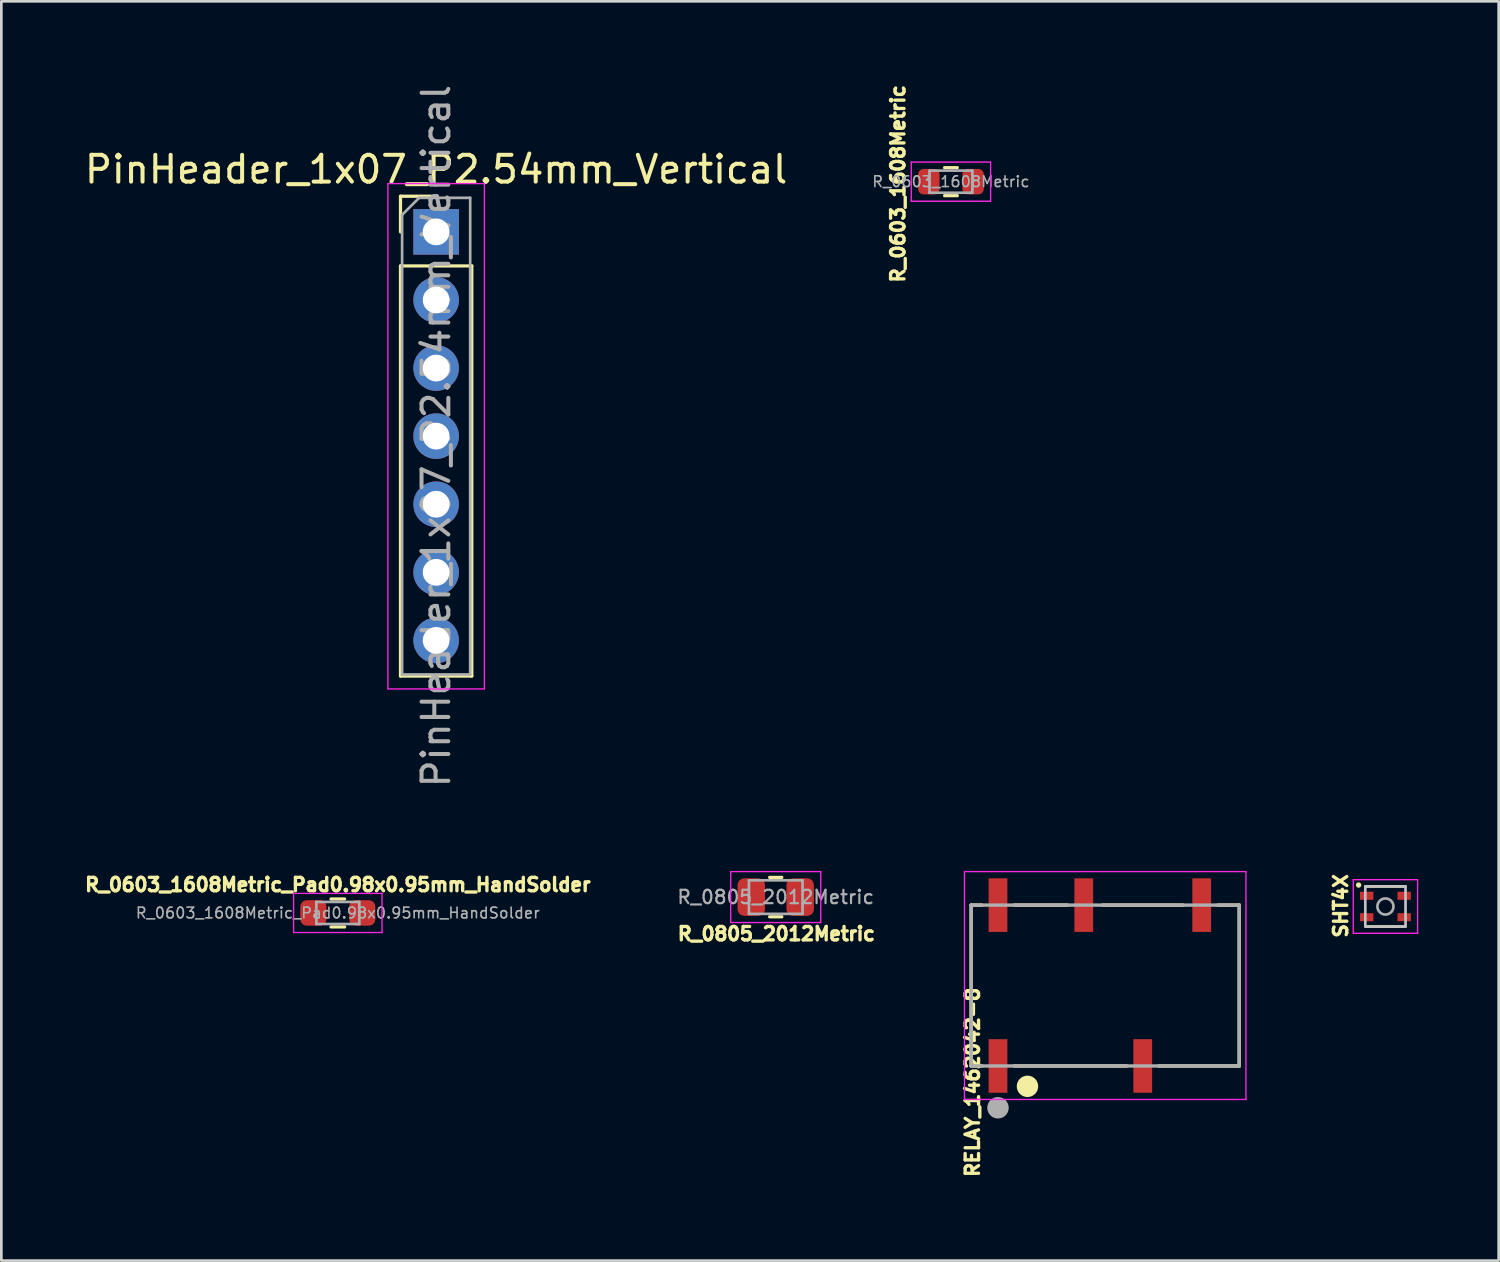
<source format=kicad_pcb>
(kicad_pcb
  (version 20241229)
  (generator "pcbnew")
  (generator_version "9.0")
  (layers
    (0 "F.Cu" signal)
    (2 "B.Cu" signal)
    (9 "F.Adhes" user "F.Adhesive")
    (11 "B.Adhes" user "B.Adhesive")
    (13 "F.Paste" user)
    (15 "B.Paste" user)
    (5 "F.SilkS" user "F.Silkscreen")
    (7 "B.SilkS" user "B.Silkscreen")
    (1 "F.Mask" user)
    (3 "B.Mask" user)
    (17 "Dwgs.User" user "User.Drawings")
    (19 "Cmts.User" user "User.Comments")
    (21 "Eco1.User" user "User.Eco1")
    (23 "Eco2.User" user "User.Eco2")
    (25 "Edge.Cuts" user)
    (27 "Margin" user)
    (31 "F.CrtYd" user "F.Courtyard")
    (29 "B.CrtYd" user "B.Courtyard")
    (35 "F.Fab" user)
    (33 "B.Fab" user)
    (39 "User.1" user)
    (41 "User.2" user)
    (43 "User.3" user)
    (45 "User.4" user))
  (footprint "R_0603_1608Metric"
    (layer "F.Cu")
    (at 32.424 3.727)
    (property "Reference" "R_0603_1608Metric" (at -1.977 0.078 90) (layer "F.SilkS") (effects (font (size 0.5 0.5) (thickness 0.125))))
    (attr smd)
    (fp_line (start -0.237 -0.522) (end 0.237 -0.522) (stroke (width 0.12) (type solid)) (layer "F.SilkS"))
    (fp_line (start -0.237 0.522) (end 0.237 0.522) (stroke (width 0.12) (type solid)) (layer "F.SilkS"))
    (fp_line (start -1.48 -0.73) (end 1.48 -0.73) (stroke (width 0.05) (type solid)) (layer "F.CrtYd"))
    (fp_line (start -1.48 0.73) (end -1.48 -0.73) (stroke (width 0.05) (type solid)) (layer "F.CrtYd"))
    (fp_line (start 1.48 -0.73) (end 1.48 0.73) (stroke (width 0.05) (type solid)) (layer "F.CrtYd"))
    (fp_line (start 1.48 0.73) (end -1.48 0.73) (stroke (width 0.05) (type solid)) (layer "F.CrtYd"))
    (fp_line (start -0.8 -0.412) (end 0.8 -0.412) (stroke (width 0.1) (type solid)) (layer "F.Fab"))
    (fp_line (start -0.8 0.412) (end -0.8 -0.412) (stroke (width 0.1) (type solid)) (layer "F.Fab"))
    (fp_line (start 0.8 -0.412) (end 0.8 0.412) (stroke (width 0.1) (type solid)) (layer "F.Fab"))
    (fp_line (start 0.8 0.412) (end -0.8 0.412) (stroke (width 0.1) (type solid)) (layer "F.Fab"))
    (fp_text user "${REFERENCE}" (at 0 0 0) (layer "F.Fab") (effects (font (size 0.4 0.4) (thickness 0.06))))
    (pad "1" smd roundrect (at -0.825 0) (size 0.8 0.95) (layers "F.Cu" "F.Mask" "F.Paste") (roundrect_rratio 0.25))
    (pad "2" smd roundrect (at 0.825 0) (size 0.8 0.95) (layers "F.Cu" "F.Mask" "F.Paste") (roundrect_rratio 0.25)))
  (footprint "PinHeader_1x07_P2.54mm_Vertical"
    (layer "F.Cu")
    (at 13.22 5.6)
    (property "Reference" "PinHeader_1x07_P2.54mm_Vertical" (at 0 -2.33 180) (layer "F.SilkS") (effects (font (size 1 1) (thickness 0.15))))
    (attr through_hole)
    (fp_line (start -1.33 -1.33) (end 0 -1.33) (stroke (width 0.12) (type solid)) (layer "F.SilkS"))
    (fp_line (start -1.33 0) (end -1.33 -1.33) (stroke (width 0.12) (type solid)) (layer "F.SilkS"))
    (fp_line (start -1.33 1.27) (end -1.33 16.57) (stroke (width 0.12) (type solid)) (layer "F.SilkS"))
    (fp_line (start -1.33 1.27) (end 1.33 1.27) (stroke (width 0.12) (type solid)) (layer "F.SilkS"))
    (fp_line (start -1.33 16.57) (end 1.33 16.57) (stroke (width 0.12) (type solid)) (layer "F.SilkS"))
    (fp_line (start 1.33 1.27) (end 1.33 16.57) (stroke (width 0.12) (type solid)) (layer "F.SilkS"))
    (fp_line (start -1.8 -1.8) (end -1.8 17.05) (stroke (width 0.05) (type solid)) (layer "F.CrtYd"))
    (fp_line (start -1.8 17.05) (end 1.8 17.05) (stroke (width 0.05) (type solid)) (layer "F.CrtYd"))
    (fp_line (start 1.8 -1.8) (end -1.8 -1.8) (stroke (width 0.05) (type solid)) (layer "F.CrtYd"))
    (fp_line (start 1.8 17.05) (end 1.8 -1.8) (stroke (width 0.05) (type solid)) (layer "F.CrtYd"))
    (fp_line (start -1.27 -0.635) (end -0.635 -1.27) (stroke (width 0.1) (type solid)) (layer "F.Fab"))
    (fp_line (start -1.27 16.51) (end -1.27 -0.635) (stroke (width 0.1) (type solid)) (layer "F.Fab"))
    (fp_line (start -0.635 -1.27) (end 1.27 -1.27) (stroke (width 0.1) (type solid)) (layer "F.Fab"))
    (fp_line (start 1.27 -1.27) (end 1.27 16.51) (stroke (width 0.1) (type solid)) (layer "F.Fab"))
    (fp_line (start 1.27 16.51) (end -1.27 16.51) (stroke (width 0.1) (type solid)) (layer "F.Fab"))
    (fp_text user "${REFERENCE}" (at 0 7.62 90) (layer "F.Fab") (effects (font (size 1 1) (thickness 0.15))))
    (pad "1" thru_hole rect (at 0 0) (size 1.7 1.7) (drill 1) (layers "*.Cu" "*.Mask"))
    (pad "2" thru_hole oval (at 0 2.54) (size 1.7 1.7) (drill 1) (layers "*.Cu" "*.Mask"))
    (pad "3" thru_hole oval (at 0 5.08) (size 1.7 1.7) (drill 1) (layers "*.Cu" "*.Mask"))
    (pad "4" thru_hole oval (at 0 7.62) (size 1.7 1.7) (drill 1) (layers "*.Cu" "*.Mask"))
    (pad "5" thru_hole oval (at 0 10.16) (size 1.7 1.7) (drill 1) (layers "*.Cu" "*.Mask"))
    (pad "6" thru_hole oval (at 0 12.7) (size 1.7 1.7) (drill 1) (layers "*.Cu" "*.Mask"))
    (pad "7" thru_hole oval (at 0 15.24) (size 1.7 1.7) (drill 1) (layers "*.Cu" "*.Mask")))
  (footprint "SHT4X"
    (layer "F.Cu")
    (at 48.632 30.766)
    (property "Reference" "SHT4X" (at -1.666 -0.022 270) (layer "F.SilkS") (effects (font (size 0.5 0.5) (thickness 0.125))))
    (attr smd)
    (fp_line (start -0.7 -0.75) (end 0.7 -0.75) (stroke (width 0.1) (type solid)) (layer "F.SilkS"))
    (fp_line (start -0.7 0.75) (end 0.7 0.75) (stroke (width 0.1) (type solid)) (layer "F.SilkS"))
    (fp_circle (center -1 -0.8) (end -0.95 -0.8) (stroke (width 0.1) (type solid)) (fill no) (layer "F.SilkS"))
    (fp_line (start -0.75 -0.75) (end -0.75 0.75) (stroke (width 0.1) (type solid)) (layer "Dwgs.User"))
    (fp_line (start -0.75 0.75) (end 0.75 0.75) (stroke (width 0.1) (type solid)) (layer "Dwgs.User"))
    (fp_line (start 0.75 -0.75) (end -0.75 -0.75) (stroke (width 0.1) (type solid)) (layer "Dwgs.User"))
    (fp_line (start 0.75 0.75) (end 0.75 -0.75) (stroke (width 0.1) (type solid)) (layer "Dwgs.User"))
    (fp_line (start -1.2 -1) (end -1.2 1) (stroke (width 0.05) (type solid)) (layer "F.CrtYd"))
    (fp_line (start -1.2 1) (end 1.2 1) (stroke (width 0.05) (type solid)) (layer "F.CrtYd"))
    (fp_line (start 1.2 -1) (end -1.2 -1) (stroke (width 0.05) (type solid)) (layer "F.CrtYd"))
    (fp_line (start 1.2 1) (end 1.2 -1) (stroke (width 0.05) (type solid)) (layer "F.CrtYd"))
    (fp_circle (center 0 0) (end 0.3 0) (stroke (width 0.1) (type solid)) (fill no) (layer "F.Fab"))
    (pad "1" smd rect (at -0.7 -0.4) (size 0.5 0.3) (layers "F.Cu" "F.Mask" "F.Paste"))
    (pad "2" smd rect (at -0.7 0.4) (size 0.5 0.3) (layers "F.Cu" "F.Mask" "F.Paste"))
    (pad "3" smd rect (at 0.7 0.4) (size 0.5 0.3) (layers "F.Cu" "F.Mask" "F.Paste"))
    (pad "4" smd rect (at 0.7 -0.4) (size 0.5 0.3) (layers "F.Cu" "F.Mask" "F.Paste")))
  (footprint "R_0805_2012Metric"
    (layer "F.Cu")
    (at 25.888 30.415)
    (property "Reference" "R_0805_2012Metric" (at 0.025 1.371 0) (layer "F.SilkS") (effects (font (size 0.5 0.5) (thickness 0.125))))
    (attr smd)
    (fp_line (start -0.227 -0.735) (end 0.227 -0.735) (stroke (width 0.12) (type solid)) (layer "F.SilkS"))
    (fp_line (start -0.227 0.735) (end 0.227 0.735) (stroke (width 0.12) (type solid)) (layer "F.SilkS"))
    (fp_line (start -1.68 -0.95) (end 1.68 -0.95) (stroke (width 0.05) (type solid)) (layer "F.CrtYd"))
    (fp_line (start -1.68 0.95) (end -1.68 -0.95) (stroke (width 0.05) (type solid)) (layer "F.CrtYd"))
    (fp_line (start 1.68 -0.95) (end 1.68 0.95) (stroke (width 0.05) (type solid)) (layer "F.CrtYd"))
    (fp_line (start 1.68 0.95) (end -1.68 0.95) (stroke (width 0.05) (type solid)) (layer "F.CrtYd"))
    (fp_line (start -1 -0.625) (end 1 -0.625) (stroke (width 0.1) (type solid)) (layer "F.Fab"))
    (fp_line (start -1 0.625) (end -1 -0.625) (stroke (width 0.1) (type solid)) (layer "F.Fab"))
    (fp_line (start 1 -0.625) (end 1 0.625) (stroke (width 0.1) (type solid)) (layer "F.Fab"))
    (fp_line (start 1 0.625) (end -1 0.625) (stroke (width 0.1) (type solid)) (layer "F.Fab"))
    (fp_text user "${REFERENCE}" (at 0 0 0) (layer "F.Fab") (effects (font (size 0.5 0.5) (thickness 0.08))))
    (pad "1" smd roundrect (at -0.912 0) (size 1.025 1.4) (layers "F.Cu" "F.Mask" "F.Paste") (roundrect_rratio 0.244))
    (pad "2" smd roundrect (at 0.912 0) (size 1.025 1.4) (layers "F.Cu" "F.Mask" "F.Paste") (roundrect_rratio 0.244)))
  (footprint "RELAY_1462042-8"
    (layer "F.Cu")
    (at 38.179 33.715)
    (property "Reference" "RELAY_1462042-8" (at -4.95 3.61 90) (unlocked yes) (layer "F.SilkS") (effects (font (size 0.5 0.5) (thickness 0.125))))
    (attr smd)
    (fp_line (start -5 -3) (end -5 3) (stroke (width 0.127) (type solid)) (layer "F.SilkS"))
    (fp_line (start -5 3) (end -4.6 3) (stroke (width 0.127) (type solid)) (layer "F.SilkS"))
    (fp_line (start -4.6 -3) (end -5 -3) (stroke (width 0.127) (type solid)) (layer "F.SilkS"))
    (fp_line (start -3.4 -3) (end -1.4 -3) (stroke (width 0.127) (type solid)) (layer "F.SilkS"))
    (fp_line (start -3.4 3) (end 0.8 3) (stroke (width 0.127) (type solid)) (layer "F.SilkS"))
    (fp_line (start -0.1 -3) (end 2.9 -3) (stroke (width 0.127) (type solid)) (layer "F.SilkS"))
    (fp_line (start 2 3) (end 5 3) (stroke (width 0.127) (type solid)) (layer "F.SilkS"))
    (fp_line (start 4.2 -3) (end 5 -3) (stroke (width 0.127) (type solid)) (layer "F.SilkS"))
    (fp_line (start 5 3) (end 5 -3) (stroke (width 0.127) (type solid)) (layer "F.SilkS"))
    (fp_circle (center -2.9 3.76) (end -2.7 3.76) (stroke (width 0.4) (type solid)) (fill no) (layer "F.SilkS"))
    (fp_line (start -5.25 -4.25) (end -5.25 4.25) (stroke (width 0.05) (type solid)) (layer "F.CrtYd"))
    (fp_line (start -5.25 4.25) (end 5.25 4.25) (stroke (width 0.05) (type solid)) (layer "F.CrtYd"))
    (fp_line (start 5.25 -4.25) (end -5.25 -4.25) (stroke (width 0.05) (type solid)) (layer "F.CrtYd"))
    (fp_line (start 5.25 4.25) (end 5.25 -4.25) (stroke (width 0.05) (type solid)) (layer "F.CrtYd"))
    (fp_line (start -5 -3) (end -5 3) (stroke (width 0.127) (type solid)) (layer "F.Fab"))
    (fp_line (start -5 3) (end 5 3) (stroke (width 0.127) (type solid)) (layer "F.Fab"))
    (fp_line (start 5 -3) (end -5 -3) (stroke (width 0.127) (type solid)) (layer "F.Fab"))
    (fp_line (start 5 3) (end 5 -3) (stroke (width 0.127) (type solid)) (layer "F.Fab"))
    (fp_circle (center -4 4.56) (end -3.8 4.56) (stroke (width 0.4) (type solid)) (fill no) (layer "F.Fab"))
    (pad "1" smd rect (at -4 3) (size 0.7 2) (layers "F.Cu" "F.Mask" "F.Paste"))
    (pad "3" smd rect (at 1.4 3) (size 0.7 2) (layers "F.Cu" "F.Mask" "F.Paste"))
    (pad "5" smd rect (at 3.6 -3) (size 0.7 2) (layers "F.Cu" "F.Mask" "F.Paste"))
    (pad "7" smd rect (at -0.8 -3) (size 0.7 2) (layers "F.Cu" "F.Mask" "F.Paste"))
    (pad "8" smd rect (at -4 -3) (size 0.7 2) (layers "F.Cu" "F.Mask" "F.Paste")))
  (footprint "R_0603_1608Metric_Pad0.98x0.95mm_HandSolder"
    (layer "F.Cu")
    (at 9.552 31.007)
    (property "Reference" "R_0603_1608Metric_Pad0.98x0.95mm_HandSolder" (at 0.002 -1.054 0) (layer "F.SilkS") (effects (font (size 0.5 0.5) (thickness 0.125))))
    (attr smd)
    (fp_line (start -0.255 -0.522) (end 0.255 -0.522) (stroke (width 0.12) (type solid)) (layer "F.SilkS"))
    (fp_line (start -0.255 0.522) (end 0.255 0.522) (stroke (width 0.12) (type solid)) (layer "F.SilkS"))
    (fp_line (start -1.65 -0.73) (end 1.65 -0.73) (stroke (width 0.05) (type solid)) (layer "F.CrtYd"))
    (fp_line (start -1.65 0.73) (end -1.65 -0.73) (stroke (width 0.05) (type solid)) (layer "F.CrtYd"))
    (fp_line (start 1.65 -0.73) (end 1.65 0.73) (stroke (width 0.05) (type solid)) (layer "F.CrtYd"))
    (fp_line (start 1.65 0.73) (end -1.65 0.73) (stroke (width 0.05) (type solid)) (layer "F.CrtYd"))
    (fp_line (start -0.8 -0.412) (end 0.8 -0.412) (stroke (width 0.1) (type solid)) (layer "F.Fab"))
    (fp_line (start -0.8 0.412) (end -0.8 -0.412) (stroke (width 0.1) (type solid)) (layer "F.Fab"))
    (fp_line (start 0.8 -0.412) (end 0.8 0.412) (stroke (width 0.1) (type solid)) (layer "F.Fab"))
    (fp_line (start 0.8 0.412) (end -0.8 0.412) (stroke (width 0.1) (type solid)) (layer "F.Fab"))
    (fp_text user "${REFERENCE}" (at 0 0 0) (layer "F.Fab") (effects (font (size 0.4 0.4) (thickness 0.06))))
    (pad "1" smd roundrect (at -0.912 0) (size 0.975 0.95) (layers "F.Cu" "F.Mask" "F.Paste") (roundrect_rratio 0.25))
    (pad "2" smd roundrect (at 0.912 0) (size 0.975 0.95) (layers "F.Cu" "F.Mask" "F.Paste") (roundrect_rratio 0.25)))
  (gr_rect
    (start -3 -3)
    (end 52.857 43.975)
    (stroke (width 0.1) (type default))
    (fill no)
    (layer "Edge.Cuts")))
</source>
